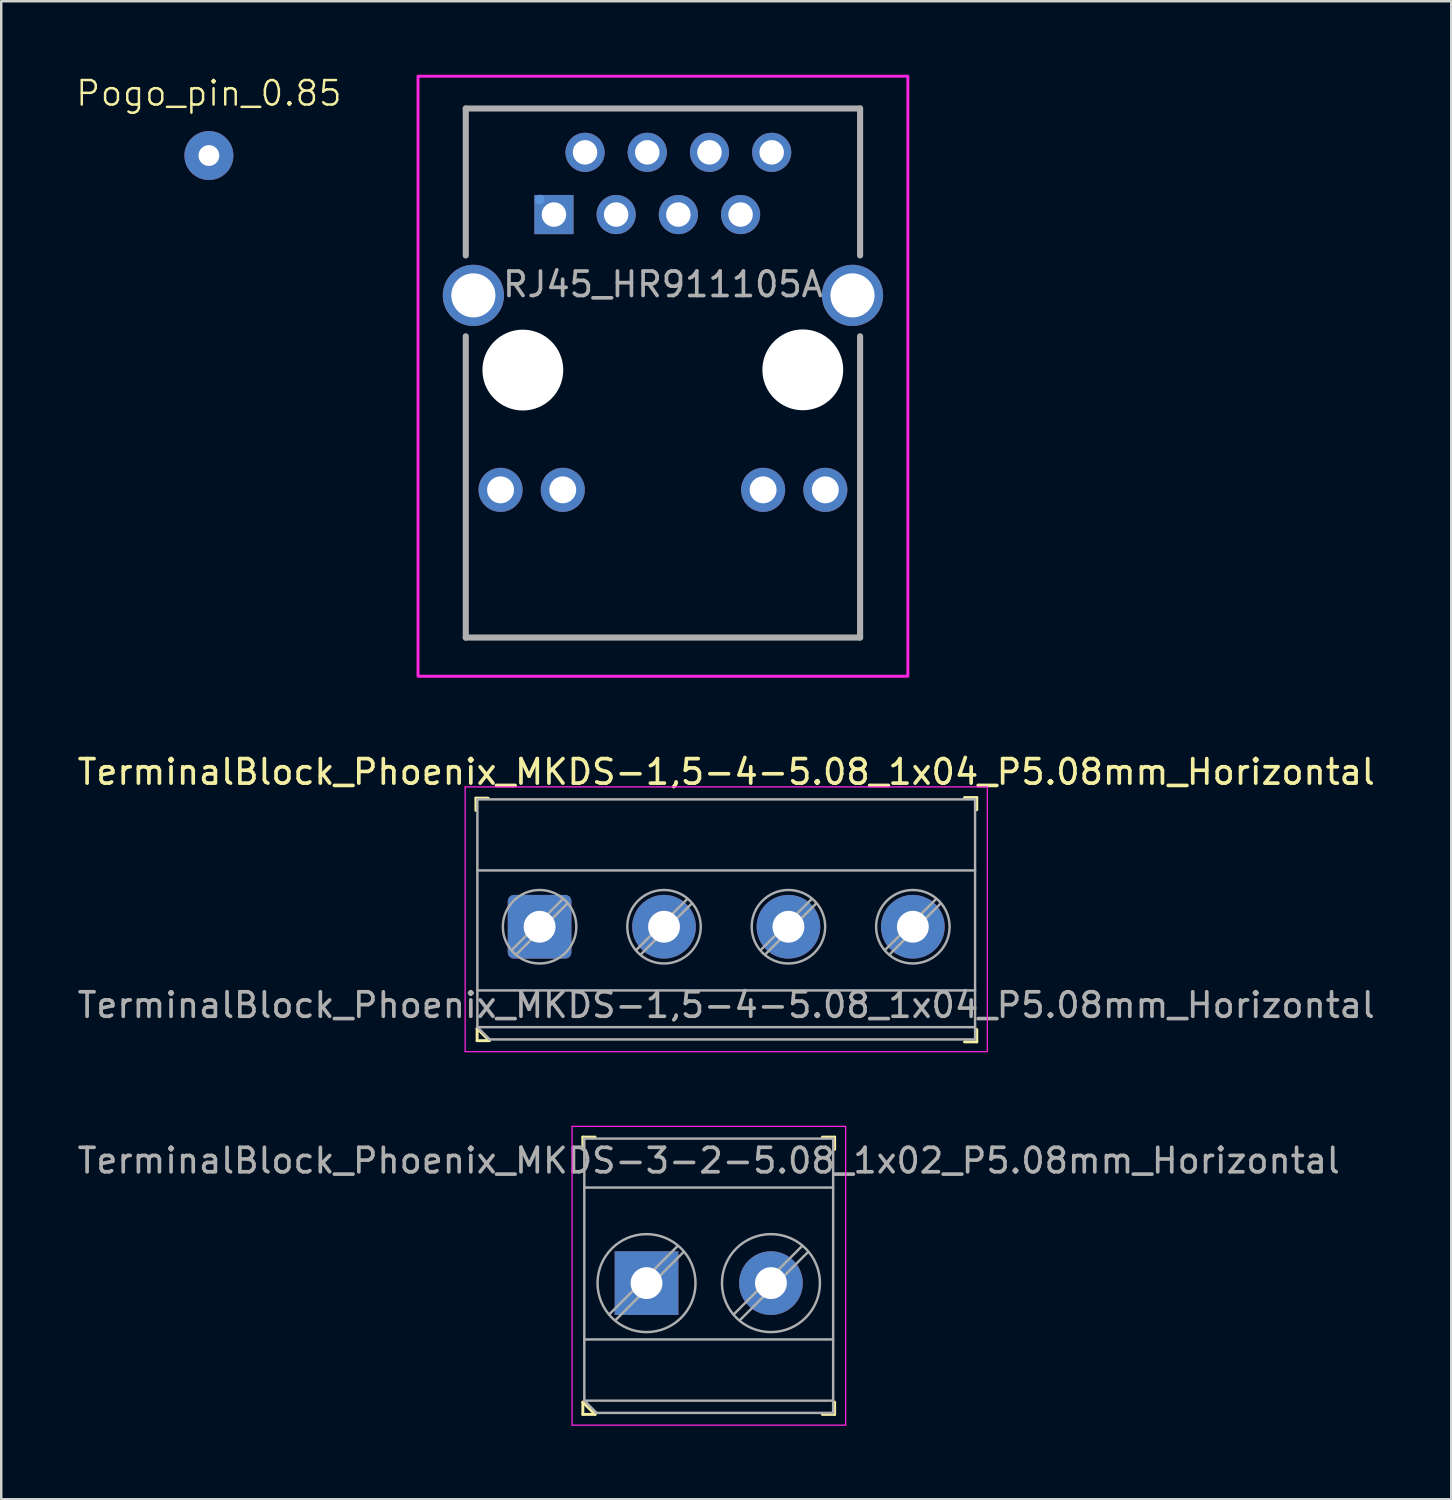
<source format=kicad_pcb>
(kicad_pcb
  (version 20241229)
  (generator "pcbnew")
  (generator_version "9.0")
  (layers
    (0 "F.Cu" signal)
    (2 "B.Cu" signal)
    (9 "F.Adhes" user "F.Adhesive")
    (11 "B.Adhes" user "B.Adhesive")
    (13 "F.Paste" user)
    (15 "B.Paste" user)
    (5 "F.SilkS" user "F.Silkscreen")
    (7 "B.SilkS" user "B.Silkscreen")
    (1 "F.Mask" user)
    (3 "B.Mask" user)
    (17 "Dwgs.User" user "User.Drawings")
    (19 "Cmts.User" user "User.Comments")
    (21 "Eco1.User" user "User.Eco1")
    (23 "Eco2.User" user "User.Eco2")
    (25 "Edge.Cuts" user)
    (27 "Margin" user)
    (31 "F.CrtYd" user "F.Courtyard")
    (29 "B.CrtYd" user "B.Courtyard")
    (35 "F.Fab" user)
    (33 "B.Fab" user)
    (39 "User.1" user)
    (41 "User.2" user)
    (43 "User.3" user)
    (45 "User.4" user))
  (footprint "TerminalBlock_Phoenix_MKDS-1,5-4-5.08_1x04_P5.08mm_Horizontal"
    (layer "F.Cu")
    (at 18.981 34.788)
    (property "Reference" "TerminalBlock_Phoenix_MKDS-1,5-4-5.08_1x04_P5.08mm_Horizontal" (at 7.62 -6.32 0) (layer "F.SilkS") (effects (font (size 1 1) (thickness 0.15))))
    (attr through_hole)
    (fp_line (start -2.6 -5.25) (end -2.6 -4.75) (stroke (width 0.12) (type solid)) (layer "F.SilkS"))
    (fp_line (start -2.6 -5.25) (end -2.1 -5.25) (stroke (width 0.12) (type solid)) (layer "F.SilkS"))
    (fp_line (start -2.55 4.15) (end -2.05 4.65) (stroke (width 0.12) (type solid)) (layer "F.SilkS"))
    (fp_line (start -2.55 4.65) (end -2.55 4.15) (stroke (width 0.12) (type solid)) (layer "F.SilkS"))
    (fp_line (start -2.55 4.65) (end -2.05 4.65) (stroke (width 0.12) (type solid)) (layer "F.SilkS"))
    (fp_line (start 17.85 -5.275) (end 17.35 -5.275) (stroke (width 0.12) (type solid)) (layer "F.SilkS"))
    (fp_line (start 17.85 -5.275) (end 17.85 -4.775) (stroke (width 0.12) (type solid)) (layer "F.SilkS"))
    (fp_line (start 17.85 4.7) (end 17.35 4.7) (stroke (width 0.12) (type solid)) (layer "F.SilkS"))
    (fp_line (start 17.85 4.7) (end 17.85 4.2) (stroke (width 0.12) (type solid)) (layer "F.SilkS"))
    (fp_line (start -3.04 -5.71) (end -3.04 5.1) (stroke (width 0.05) (type solid)) (layer "F.CrtYd"))
    (fp_line (start -3.04 5.1) (end 18.28 5.1) (stroke (width 0.05) (type solid)) (layer "F.CrtYd"))
    (fp_line (start 18.28 -5.71) (end -3.04 -5.71) (stroke (width 0.05) (type solid)) (layer "F.CrtYd"))
    (fp_line (start 18.28 5.1) (end 18.28 -5.71) (stroke (width 0.05) (type solid)) (layer "F.CrtYd"))
    (fp_line (start -2.54 -5.2) (end 17.78 -5.2) (stroke (width 0.1) (type solid)) (layer "F.Fab"))
    (fp_line (start -2.54 -2.3) (end 17.78 -2.3) (stroke (width 0.1) (type solid)) (layer "F.Fab"))
    (fp_line (start -2.54 2.6) (end 17.78 2.6) (stroke (width 0.1) (type solid)) (layer "F.Fab"))
    (fp_line (start -2.54 4.1) (end -2.54 -5.2) (stroke (width 0.1) (type solid)) (layer "F.Fab"))
    (fp_line (start -2.54 4.1) (end 17.78 4.1) (stroke (width 0.1) (type solid)) (layer "F.Fab"))
    (fp_line (start -2.04 4.6) (end -2.54 4.1) (stroke (width 0.1) (type solid)) (layer "F.Fab"))
    (fp_line (start 0.955 -1.138) (end -1.138 0.954) (stroke (width 0.1) (type solid)) (layer "F.Fab"))
    (fp_line (start 1.138 -0.954) (end -0.955 1.137) (stroke (width 0.1) (type solid)) (layer "F.Fab"))
    (fp_line (start 6.035 -1.138) (end 3.942 0.954) (stroke (width 0.1) (type solid)) (layer "F.Fab"))
    (fp_line (start 6.218 -0.954) (end 4.125 1.137) (stroke (width 0.1) (type solid)) (layer "F.Fab"))
    (fp_line (start 11.115 -1.138) (end 9.022 0.954) (stroke (width 0.1) (type solid)) (layer "F.Fab"))
    (fp_line (start 11.298 -0.954) (end 9.205 1.137) (stroke (width 0.1) (type solid)) (layer "F.Fab"))
    (fp_line (start 16.195 -1.138) (end 14.102 0.954) (stroke (width 0.1) (type solid)) (layer "F.Fab"))
    (fp_line (start 16.378 -0.954) (end 14.285 1.137) (stroke (width 0.1) (type solid)) (layer "F.Fab"))
    (fp_line (start 17.78 -5.2) (end 17.78 4.6) (stroke (width 0.1) (type solid)) (layer "F.Fab"))
    (fp_line (start 17.78 4.6) (end -2.04 4.6) (stroke (width 0.1) (type solid)) (layer "F.Fab"))
    (fp_circle (center 0 0) (end 1.5 0) (stroke (width 0.1) (type solid)) (fill no) (layer "F.Fab"))
    (fp_circle (center 5.08 0) (end 6.58 0) (stroke (width 0.1) (type solid)) (fill no) (layer "F.Fab"))
    (fp_circle (center 10.16 0) (end 11.66 0) (stroke (width 0.1) (type solid)) (fill no) (layer "F.Fab"))
    (fp_circle (center 15.24 0) (end 16.74 0) (stroke (width 0.1) (type solid)) (fill no) (layer "F.Fab"))
    (fp_text user "${REFERENCE}" (at 7.62 3.2 0) (layer "F.Fab") (effects (font (size 1 1) (thickness 0.15))))
    (pad "1" thru_hole roundrect (at 0 0) (size 2.6 2.6) (drill 1.3) (layers "*.Cu" "*.Mask") (roundrect_rratio 0.096))
    (pad "2" thru_hole circle (at 5.08 0) (size 2.6 2.6) (drill 1.3) (layers "*.Cu" "*.Mask"))
    (pad "3" thru_hole circle (at 10.16 0) (size 2.6 2.6) (drill 1.3) (layers "*.Cu" "*.Mask"))
    (pad "4" thru_hole circle (at 15.24 0) (size 2.6 2.6) (drill 1.3) (layers "*.Cu" "*.Mask")))
  (footprint "Pogo_pin_0.85"
    (layer "F.Cu")
    (at 5.479 3.3)
    (property "Reference" "Pogo_pin_0.85" (at 0 -2.54 0) (unlocked yes) (layer "F.SilkS") (effects (font (size 1 1) (thickness 0.1))))
    (attr through_hole)
    (pad "1" thru_hole circle (at 0 0) (size 2 2) (drill 0.85) (layers "*.Cu" "*.Mask")))
  (footprint "RJ45_HR911105A"
    (layer "F.Cu")
    (at 24.017 10.06)
    (property "Reference" "RJ45_HR911105A" (at 0 -1.5 0) (layer "F.Fab") (effects (font (size 1 1) (thickness 0.15))))
    (attr through_hole)
    (fp_circle (center -5.72 1.99) (end -5.02 1.99) (stroke (width 1.4) (type solid)) (fill no) (layer "Cmts.User"))
    (fp_circle (center -5.03 -4.96) (end -4.93 -4.96) (stroke (width 0.2) (type solid)) (fill no) (layer "Cmts.User"))
    (fp_circle (center 5.71 1.99) (end 6.41 1.99) (stroke (width 1.4) (type solid)) (fill no) (layer "Cmts.User"))
    (fp_rect (start -10 -10) (end 10 14.5) (stroke (width 0.12) (type solid)) (fill no) (layer "F.CrtYd"))
    (fp_line (start -8.05 -8.68) (end -8.05 -2.68) (stroke (width 0.25) (type solid)) (layer "F.Fab"))
    (fp_line (start -8.05 -8.68) (end 8.05 -8.68) (stroke (width 0.25) (type solid)) (layer "F.Fab"))
    (fp_line (start -8.05 0.62) (end -8.05 12.92) (stroke (width 0.25) (type solid)) (layer "F.Fab"))
    (fp_line (start -8.05 12.92) (end 8.05 12.92) (stroke (width 0.25) (type solid)) (layer "F.Fab"))
    (fp_line (start 8.05 -8.68) (end 8.05 -2.68) (stroke (width 0.25) (type solid)) (layer "F.Fab"))
    (fp_line (start 8.05 0.62) (end 8.05 12.92) (stroke (width 0.25) (type solid)) (layer "F.Fab"))
    (fp_circle (center -8.02 -8.4) (end -7.99 -8.4) (stroke (width 0.06) (type solid)) (fill no) (layer "F.Fab"))
    (pad "" np_thru_hole circle (at -5.72 2) (size 3.3 3.3) (drill 3.3) (layers "*.Cu" "*.Mask"))
    (pad "" np_thru_hole circle (at 5.71 1.99) (size 3.3 3.3) (drill 3.3) (layers "*.Cu" "*.Mask"))
    (pad "1" thru_hole rect (at -4.45 -4.35) (size 1.6 1.6) (drill 1) (layers "*.Cu" "*.Paste" "*.Mask"))
    (pad "2" thru_hole circle (at -3.18 -6.89) (size 1.6 1.6) (drill 1) (layers "*.Cu" "*.Paste" "*.Mask"))
    (pad "3" thru_hole circle (at -1.91 -4.35) (size 1.6 1.6) (drill 1) (layers "*.Cu" "*.Paste" "*.Mask"))
    (pad "4" thru_hole circle (at -0.64 -6.89) (size 1.6 1.6) (drill 1) (layers "*.Cu" "*.Paste" "*.Mask"))
    (pad "5" thru_hole circle (at 0.63 -4.35) (size 1.6 1.6) (drill 1) (layers "*.Cu" "*.Paste" "*.Mask"))
    (pad "6" thru_hole circle (at 1.9 -6.89) (size 1.6 1.6) (drill 1) (layers "*.Cu" "*.Paste" "*.Mask"))
    (pad "7" thru_hole circle (at 3.17 -4.35) (size 1.6 1.6) (drill 1) (layers "*.Cu" "*.Paste" "*.Mask"))
    (pad "8" thru_hole circle (at 4.44 -6.89) (size 1.6 1.6) (drill 1) (layers "*.Cu" "*.Paste" "*.Mask"))
    (pad "9" thru_hole circle (at -6.63 6.89) (size 1.8 1.8) (drill 1.1) (layers "*.Cu" "*.Paste" "*.Mask"))
    (pad "10" thru_hole circle (at -4.09 6.89) (size 1.8 1.8) (drill 1.1) (layers "*.Cu" "*.Paste" "*.Mask"))
    (pad "11" thru_hole circle (at 4.09 6.89) (size 1.8 1.8) (drill 1.1) (layers "*.Cu" "*.Paste" "*.Mask"))
    (pad "12" thru_hole circle (at 6.63 6.89) (size 1.8 1.8) (drill 1.1) (layers "*.Cu" "*.Paste" "*.Mask"))
    (pad "SH1" thru_hole circle (at -7.74 -1.05) (size 2.5 2.5) (drill 1.8) (layers "*.Cu" "*.Paste" "*.Mask"))
    (pad "SH2" thru_hole circle (at 7.74 -1.05) (size 2.5 2.5) (drill 1.8) (layers "*.Cu" "*.Paste" "*.Mask")))
  (footprint "TerminalBlock_Phoenix_MKDS-3-2-5.08_1x02_P5.08mm_Horizontal"
    (layer "F.Cu")
    (at 23.347 49.338)
    (property "Reference" "TerminalBlock_Phoenix_MKDS-3-2-5.08_1x02_P5.08mm_Horizontal" (at 2.54 -5 0) (layer "F.Fab") (effects (font (size 1 1) (thickness 0.15))))
    (attr through_hole)
    (fp_line (start -2.6 -5.96) (end -2.6 -5.46) (stroke (width 0.12) (type solid)) (layer "F.SilkS"))
    (fp_line (start -2.6 -5.96) (end -2.1 -5.96) (stroke (width 0.12) (type solid)) (layer "F.SilkS"))
    (fp_line (start -2.6 4.86) (end -2.1 5.36) (stroke (width 0.12) (type solid)) (layer "F.SilkS"))
    (fp_line (start -2.6 5.36) (end -2.6 4.86) (stroke (width 0.12) (type solid)) (layer "F.SilkS"))
    (fp_line (start -2.6 5.36) (end -2.1 5.36) (stroke (width 0.12) (type solid)) (layer "F.SilkS"))
    (fp_line (start 7.68 -5.96) (end 7.18 -5.96) (stroke (width 0.12) (type solid)) (layer "F.SilkS"))
    (fp_line (start 7.68 -5.96) (end 7.68 -5.46) (stroke (width 0.12) (type solid)) (layer "F.SilkS"))
    (fp_line (start 7.68 5.36) (end 7.18 5.36) (stroke (width 0.12) (type solid)) (layer "F.SilkS"))
    (fp_line (start 7.68 5.36) (end 7.68 4.86) (stroke (width 0.12) (type solid)) (layer "F.SilkS"))
    (fp_line (start -3.04 -6.4) (end -3.04 5.8) (stroke (width 0.05) (type solid)) (layer "F.CrtYd"))
    (fp_line (start -3.04 5.8) (end 8.13 5.8) (stroke (width 0.05) (type solid)) (layer "F.CrtYd"))
    (fp_line (start 8.13 -6.4) (end -3.04 -6.4) (stroke (width 0.05) (type solid)) (layer "F.CrtYd"))
    (fp_line (start 8.13 5.8) (end 8.13 -6.4) (stroke (width 0.05) (type solid)) (layer "F.CrtYd"))
    (fp_line (start -2.54 -5.9) (end 7.62 -5.9) (stroke (width 0.1) (type solid)) (layer "F.Fab"))
    (fp_line (start -2.54 -3.9) (end 7.62 -3.9) (stroke (width 0.1) (type solid)) (layer "F.Fab"))
    (fp_line (start -2.54 2.3) (end 7.62 2.3) (stroke (width 0.1) (type solid)) (layer "F.Fab"))
    (fp_line (start -2.54 4.8) (end -2.54 -5.9) (stroke (width 0.1) (type solid)) (layer "F.Fab"))
    (fp_line (start -2.54 4.8) (end 7.62 4.8) (stroke (width 0.1) (type solid)) (layer "F.Fab"))
    (fp_line (start -2.04 5.3) (end -2.54 4.8) (stroke (width 0.1) (type solid)) (layer "F.Fab"))
    (fp_line (start 1.273 -1.517) (end -1.517 1.273) (stroke (width 0.1) (type solid)) (layer "F.Fab"))
    (fp_line (start 1.517 -1.273) (end -1.273 1.517) (stroke (width 0.1) (type solid)) (layer "F.Fab"))
    (fp_line (start 6.353 -1.517) (end 3.564 1.273) (stroke (width 0.1) (type solid)) (layer "F.Fab"))
    (fp_line (start 6.597 -1.273) (end 3.808 1.517) (stroke (width 0.1) (type solid)) (layer "F.Fab"))
    (fp_line (start 7.62 -5.9) (end 7.62 5.3) (stroke (width 0.1) (type solid)) (layer "F.Fab"))
    (fp_line (start 7.62 5.3) (end -2.04 5.3) (stroke (width 0.1) (type solid)) (layer "F.Fab"))
    (fp_circle (center 0 0) (end 2 0) (stroke (width 0.1) (type solid)) (fill no) (layer "F.Fab"))
    (fp_circle (center 5.08 0) (end 7.08 0) (stroke (width 0.1) (type solid)) (fill no) (layer "F.Fab"))
    (pad "1" thru_hole rect (at 0 0) (size 2.6 2.6) (drill 1.3) (layers "*.Cu" "*.Mask"))
    (pad "2" thru_hole circle (at 5.08 0) (size 2.6 2.6) (drill 1.3) (layers "*.Cu" "*.Mask")))
  (gr_rect
    (start -3 -3)
    (end 56.202 58.163)
    (stroke (width 0.1) (type default))
    (fill no)
    (layer "Edge.Cuts")))
</source>
